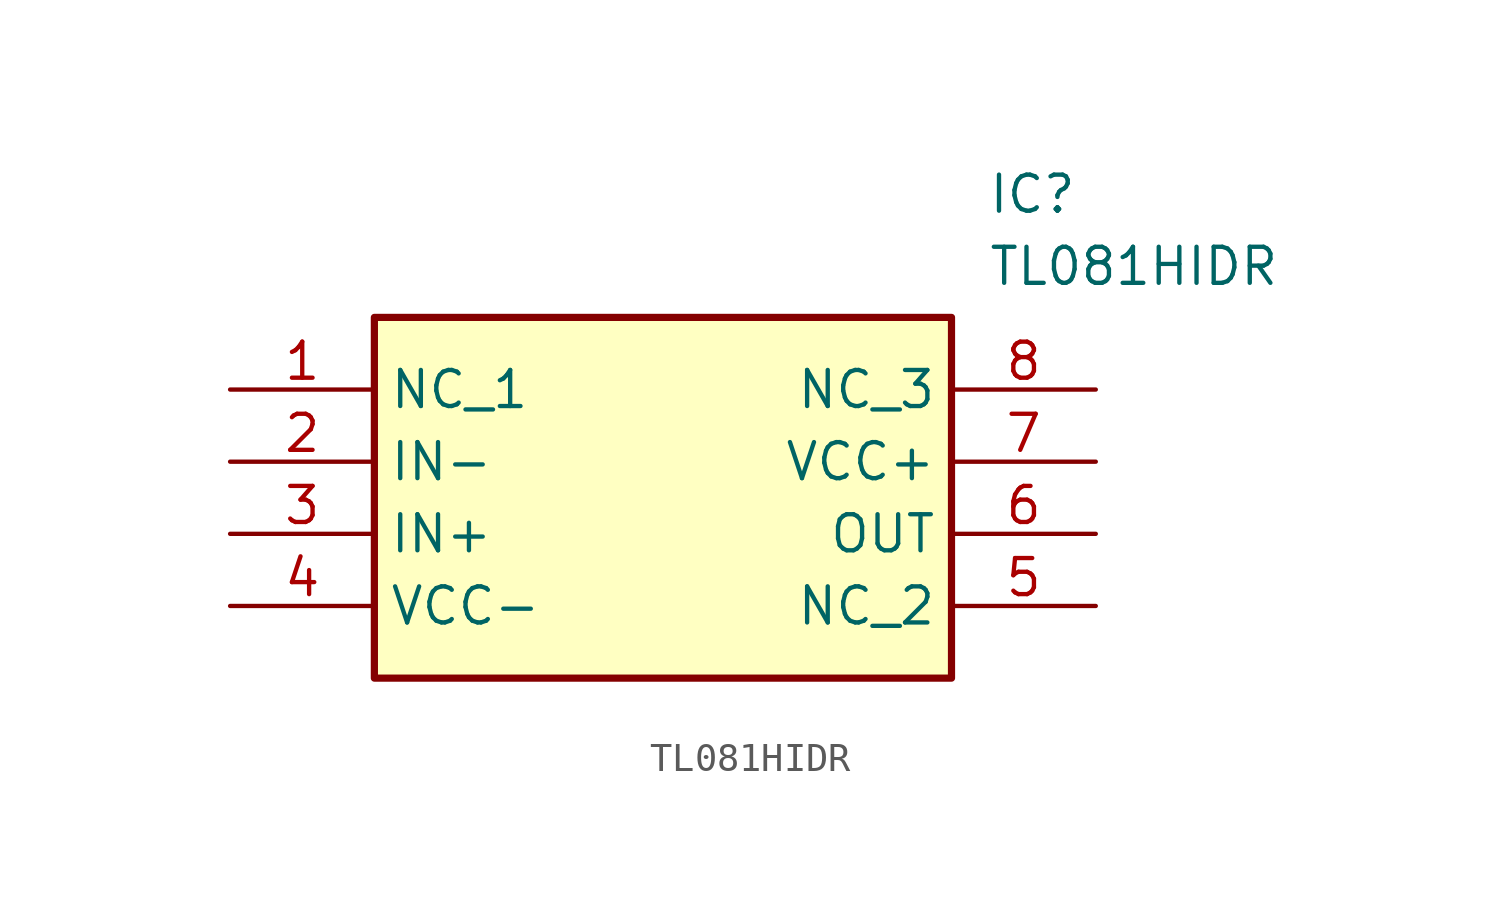
<source format=kicad_sym>
(kicad_symbol_lib
  (version 20211014)
  (generator SamacSys_ECAD_Model)
  (symbol "TL081HIDR"
    (property "Reference" "IC"
      (at 26.67 7.62 0)
      (effects (font (size 1.27 1.27)) (justify left top)))
    (property "Value" "TL081HIDR"
      (at 26.67 5.08 0)
      (effects (font (size 1.27 1.27)) (justify left top)))
    (rectangle
      (start 5.08 2.54)
      (end 25.4 -10.16)
      (stroke (width 0.254) (type default))
      (fill (type background)))
    (pin passive line
      (at 0 0 0)
      (length 5.08)
      (name "NC_1" (effects (font (size 1.27 1.27))))
      (number "1" (effects (font (size 1.27 1.27)))))
    (pin passive line
      (at 0 -2.54 0)
      (length 5.08)
      (name "IN-" (effects (font (size 1.27 1.27))))
      (number "2" (effects (font (size 1.27 1.27)))))
    (pin passive line
      (at 0 -5.08 0)
      (length 5.08)
      (name "IN+" (effects (font (size 1.27 1.27))))
      (number "3" (effects (font (size 1.27 1.27)))))
    (pin passive line
      (at 0 -7.62 0)
      (length 5.08)
      (name "VCC-" (effects (font (size 1.27 1.27))))
      (number "4" (effects (font (size 1.27 1.27)))))
    (pin passive line
      (at 30.48 0 180)
      (length 5.08)
      (name "NC_3" (effects (font (size 1.27 1.27))))
      (number "8" (effects (font (size 1.27 1.27)))))
    (pin passive line
      (at 30.48 -2.54 180)
      (length 5.08)
      (name "VCC+" (effects (font (size 1.27 1.27))))
      (number "7" (effects (font (size 1.27 1.27)))))
    (pin passive line
      (at 30.48 -5.08 180)
      (length 5.08)
      (name "OUT" (effects (font (size 1.27 1.27))))
      (number "6" (effects (font (size 1.27 1.27)))))
    (pin passive line
      (at 30.48 -7.62 180)
      (length 5.08)
      (name "NC_2" (effects (font (size 1.27 1.27))))
      (number "5" (effects (font (size 1.27 1.27)))))))
</source>
